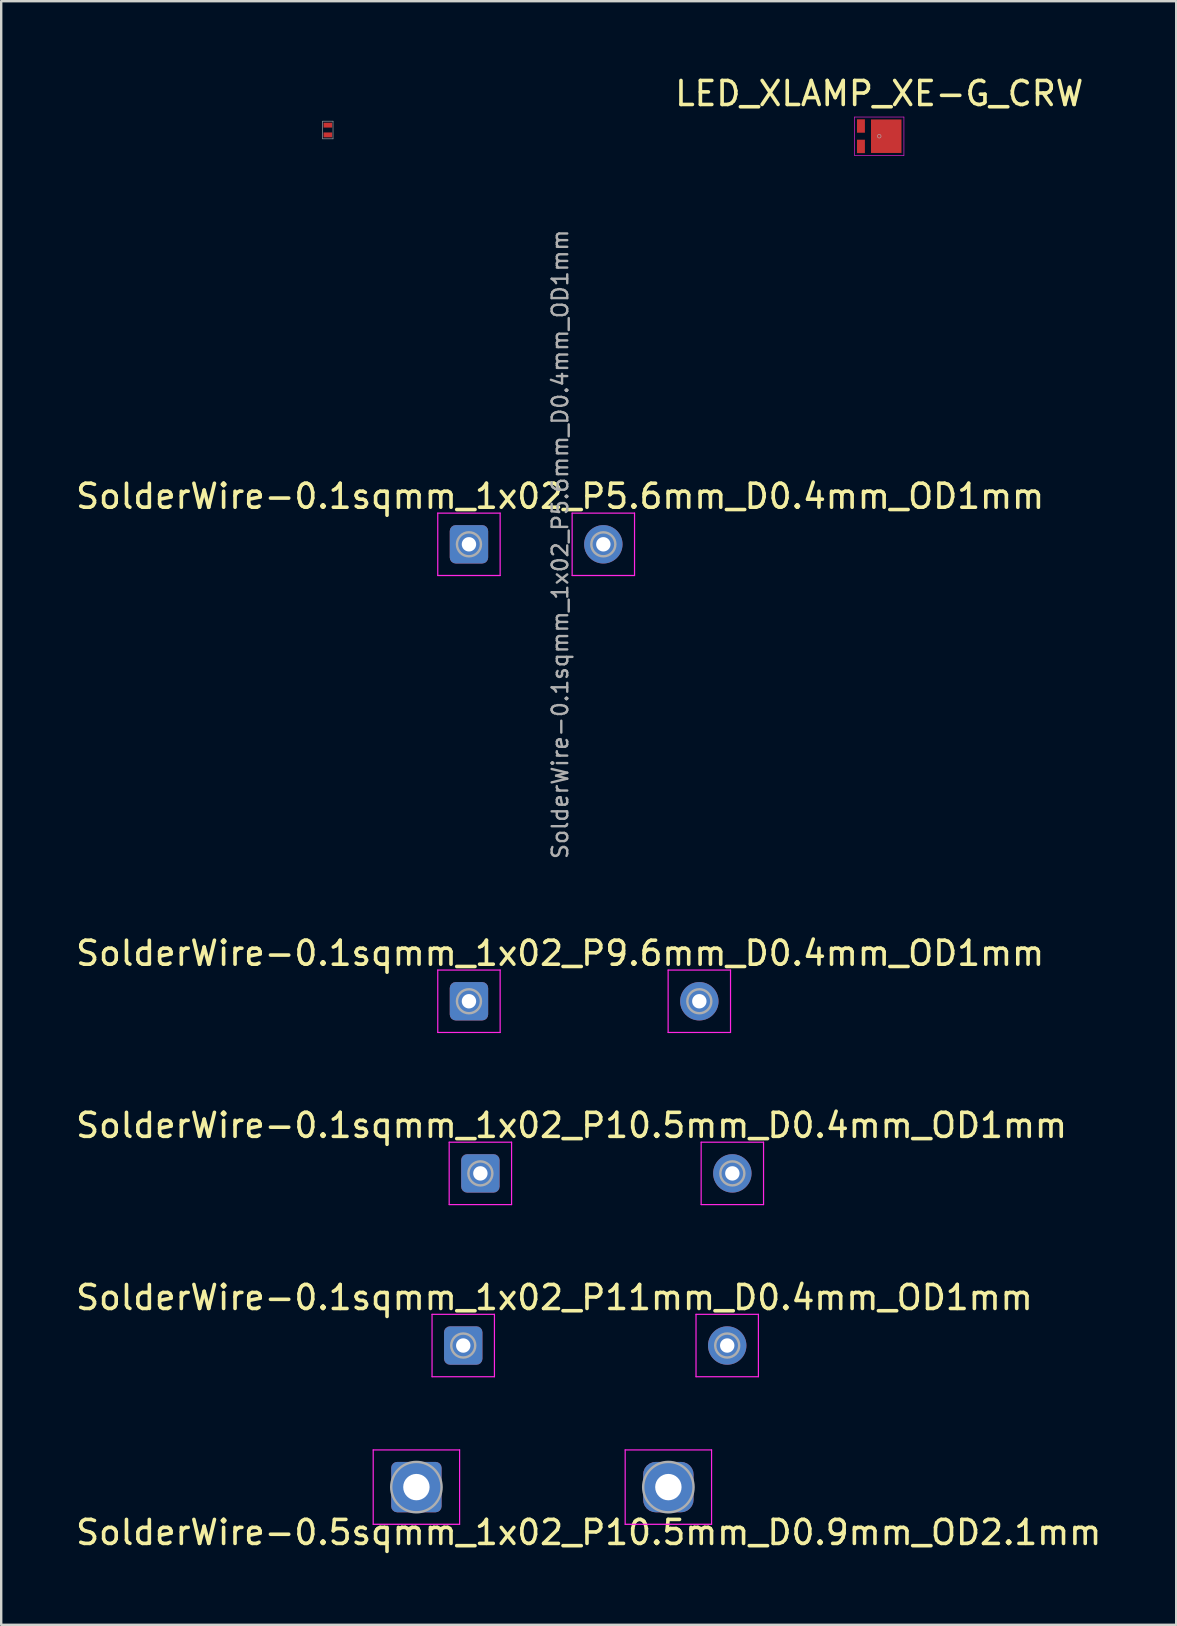
<source format=kicad_pcb>
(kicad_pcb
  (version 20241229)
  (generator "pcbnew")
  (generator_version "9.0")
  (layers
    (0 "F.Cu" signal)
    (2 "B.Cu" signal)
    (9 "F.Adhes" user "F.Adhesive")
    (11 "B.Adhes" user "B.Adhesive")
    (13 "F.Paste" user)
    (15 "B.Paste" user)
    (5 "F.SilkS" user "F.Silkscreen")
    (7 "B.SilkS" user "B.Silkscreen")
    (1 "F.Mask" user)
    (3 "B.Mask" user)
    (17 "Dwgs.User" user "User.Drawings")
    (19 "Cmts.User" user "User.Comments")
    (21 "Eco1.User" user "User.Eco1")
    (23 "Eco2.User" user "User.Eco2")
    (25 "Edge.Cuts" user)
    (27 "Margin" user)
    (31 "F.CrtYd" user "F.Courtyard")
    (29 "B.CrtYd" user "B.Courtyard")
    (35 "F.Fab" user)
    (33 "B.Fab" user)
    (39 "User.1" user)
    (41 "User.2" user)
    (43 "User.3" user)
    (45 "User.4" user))
  (footprint "SolderWire-0.5sqmm_1x02_P10.5mm_D0.9mm_OD2.1mm"
    (layer "F.Cu")
    (at 14.302 58.92)
    (property "Reference" "SolderWire-0.5sqmm_1x02_P10.5mm_D0.9mm_OD2.1mm" (at 7.18 1.89 0) (layer "F.SilkS") (effects (font (size 1 1) (thickness 0.15))))
    (attr exclude_from_pos_files exclude_from_bom)
    (fp_line (start -1.8 -1.55) (end -1.8 1.55) (stroke (width 0.05) (type solid)) (layer "F.CrtYd"))
    (fp_line (start -1.8 1.55) (end 1.8 1.55) (stroke (width 0.05) (type solid)) (layer "F.CrtYd"))
    (fp_line (start 1.8 -1.55) (end -1.8 -1.55) (stroke (width 0.05) (type solid)) (layer "F.CrtYd"))
    (fp_line (start 1.8 1.55) (end 1.8 -1.55) (stroke (width 0.05) (type solid)) (layer "F.CrtYd"))
    (fp_line (start 8.7 -1.55) (end 8.7 1.55) (stroke (width 0.05) (type solid)) (layer "F.CrtYd"))
    (fp_line (start 8.7 1.55) (end 12.3 1.55) (stroke (width 0.05) (type solid)) (layer "F.CrtYd"))
    (fp_line (start 12.3 -1.55) (end 8.7 -1.55) (stroke (width 0.05) (type solid)) (layer "F.CrtYd"))
    (fp_line (start 12.3 1.55) (end 12.3 -1.55) (stroke (width 0.05) (type solid)) (layer "F.CrtYd"))
    (fp_circle (center 0 0) (end 1.05 0) (stroke (width 0.1) (type solid)) (fill no) (layer "F.Fab"))
    (fp_circle (center 10.5 0) (end 11.55 0) (stroke (width 0.1) (type solid)) (fill no) (layer "F.Fab"))
    (pad "1" thru_hole roundrect (at 0 0) (size 2.1 2.1) (drill 1.1) (layers "*.Cu" "*.Mask") (roundrect_rratio 0.119))
    (pad "2" thru_hole roundrect (at 10.5 0) (size 2.1 2.1) (drill 1.1) (layers "*.Cu" "*.Mask") (roundrect_rratio 0.25)))
  (footprint "SolderWire-0.1sqmm_1x02_P5.6mm_D0.4mm_OD1mm"
    (layer "F.Cu")
    (at 16.492 19.632)
    (property "Reference" "SolderWire-0.1sqmm_1x02_P5.6mm_D0.4mm_OD1mm" (at 3.8 -2 0) (layer "F.SilkS") (effects (font (size 1 1) (thickness 0.15))))
    (attr exclude_from_pos_files exclude_from_bom)
    (fp_line (start -1.3 -1.3) (end -1.3 1.3) (stroke (width 0.05) (type solid)) (layer "F.CrtYd"))
    (fp_line (start -1.3 1.3) (end 1.3 1.3) (stroke (width 0.05) (type solid)) (layer "F.CrtYd"))
    (fp_line (start 1.3 -1.3) (end -1.3 -1.3) (stroke (width 0.05) (type solid)) (layer "F.CrtYd"))
    (fp_line (start 1.3 1.3) (end 1.3 -1.3) (stroke (width 0.05) (type solid)) (layer "F.CrtYd"))
    (fp_line (start 4.3 -1.3) (end 4.3 1.3) (stroke (width 0.05) (type solid)) (layer "F.CrtYd"))
    (fp_line (start 4.3 1.3) (end 6.9 1.3) (stroke (width 0.05) (type solid)) (layer "F.CrtYd"))
    (fp_line (start 6.9 -1.3) (end 4.3 -1.3) (stroke (width 0.05) (type solid)) (layer "F.CrtYd"))
    (fp_line (start 6.9 1.3) (end 6.9 -1.3) (stroke (width 0.05) (type solid)) (layer "F.CrtYd"))
    (fp_circle (center 0 0) (end 0.5 0) (stroke (width 0.1) (type solid)) (fill no) (layer "F.Fab"))
    (fp_circle (center 5.6 0) (end 6.1 0) (stroke (width 0.1) (type solid)) (fill no) (layer "F.Fab"))
    (fp_text user "${REFERENCE}" (at 3.8 0 90) (layer "F.Fab") (effects (font (size 0.65 0.65) (thickness 0.1))))
    (pad "1" thru_hole roundrect (at 0 0) (size 1.6 1.6) (drill 0.6) (layers "*.Cu" "*.Mask") (roundrect_rratio 0.156))
    (pad "2" thru_hole circle (at 5.6 0) (size 1.6 1.6) (drill 0.6) (layers "*.Cu" "*.Mask")))
  (footprint "SolderWire-0.1sqmm_1x02_P11mm_D0.4mm_OD1mm"
    (layer "F.Cu")
    (at 16.254 53.02)
    (property "Reference" "SolderWire-0.1sqmm_1x02_P11mm_D0.4mm_OD1mm" (at 3.8 -2 0) (layer "F.SilkS") (effects (font (size 1 1) (thickness 0.15))))
    (attr exclude_from_pos_files exclude_from_bom)
    (fp_line (start -1.3 -1.3) (end -1.3 1.3) (stroke (width 0.05) (type solid)) (layer "F.CrtYd"))
    (fp_line (start -1.3 1.3) (end 1.3 1.3) (stroke (width 0.05) (type solid)) (layer "F.CrtYd"))
    (fp_line (start 1.3 -1.3) (end -1.3 -1.3) (stroke (width 0.05) (type solid)) (layer "F.CrtYd"))
    (fp_line (start 1.3 1.3) (end 1.3 -1.3) (stroke (width 0.05) (type solid)) (layer "F.CrtYd"))
    (fp_line (start 9.7 -1.3) (end 9.7 1.3) (stroke (width 0.05) (type solid)) (layer "F.CrtYd"))
    (fp_line (start 9.7 1.3) (end 12.3 1.3) (stroke (width 0.05) (type solid)) (layer "F.CrtYd"))
    (fp_line (start 12.3 -1.3) (end 9.7 -1.3) (stroke (width 0.05) (type solid)) (layer "F.CrtYd"))
    (fp_line (start 12.3 1.3) (end 12.3 -1.3) (stroke (width 0.05) (type solid)) (layer "F.CrtYd"))
    (fp_circle (center 0 0) (end 0.5 0) (stroke (width 0.1) (type solid)) (fill no) (layer "F.Fab"))
    (fp_circle (center 11 0) (end 11.5 0) (stroke (width 0.1) (type solid)) (fill no) (layer "F.Fab"))
    (pad "1" thru_hole roundrect (at 0 0) (size 1.6 1.6) (drill 0.6) (layers "*.Cu" "*.Mask") (roundrect_rratio 0.156))
    (pad "2" thru_hole circle (at 11 0) (size 1.6 1.6) (drill 0.6) (layers "*.Cu" "*.Mask")))
  (footprint "LED_APG0603SEC-E-TT_KNB"
    (layer "F.Cu")
    (at 10.612 2.368)
    (property "Reference" "LED_APG0603SEC-E-TT_KNB" (at 0.37 -1.52 0) (unlocked yes) (layer "User.3") (effects (font (size 1 1) (thickness 0.15))))
    (attr smd)
    (fp_line (start -0.216 -0.368) (end -0.216 0.368) (stroke (width 0.025) (type solid)) (layer "F.Fab"))
    (fp_line (start -0.216 0.368) (end 0.216 0.368) (stroke (width 0.025) (type solid)) (layer "F.Fab"))
    (fp_line (start 0.216 -0.368) (end -0.216 -0.368) (stroke (width 0.025) (type solid)) (layer "F.Fab"))
    (fp_line (start 0.216 0.368) (end 0.216 -0.368) (stroke (width 0.025) (type solid)) (layer "F.Fab"))
    (pad "1" smd rect (at 0 -0.203 270) (size 0.203 0.356) (layers "F.Cu" "F.Mask" "F.Paste"))
    (pad "2" smd rect (at 0 0.203 270) (size 0.203 0.356) (layers "F.Cu" "F.Mask" "F.Paste")))
  (footprint "LED_XLAMP_XE-G_CRW"
    (layer "F.Cu")
    (at 33.589 2.626)
    (property "Reference" "LED_XLAMP_XE-G_CRW" (at 0 -1.778 0) (unlocked yes) (layer "F.SilkS") (effects (font (size 1 1) (thickness 0.15))))
    (attr smd)
    (fp_line (start -1.029 -0.8) (end -1.029 0.8) (stroke (width 0.025) (type solid)) (layer "F.CrtYd"))
    (fp_line (start -1.029 0.8) (end 1.029 0.8) (stroke (width 0.025) (type solid)) (layer "F.CrtYd"))
    (fp_line (start 1.029 -0.8) (end -1.029 -0.8) (stroke (width 0.025) (type solid)) (layer "F.CrtYd"))
    (fp_line (start 1.029 0.8) (end 1.029 -0.8) (stroke (width 0.025) (type solid)) (layer "F.CrtYd"))
    (fp_circle (center 0 0) (end 0.076 0) (stroke (width 0.025) (type solid)) (fill no) (layer "F.Fab"))
    (pad "1" smd rect (at -0.762 -0.425) (size 0.33 0.559) (layers "F.Cu" "F.Mask" "F.Paste"))
    (pad "1" smd rect (at 0.292 0) (size 1.27 1.397) (layers "F.Cu" "F.Mask" "F.Paste"))
    (pad "2" smd rect (at -0.762 0.425) (size 0.33 0.559) (layers "F.Cu" "F.Mask" "F.Paste")))
  (footprint "SolderWire-0.1sqmm_1x02_P10.5mm_D0.4mm_OD1mm"
    (layer "F.Cu")
    (at 16.968 45.847)
    (property "Reference" "SolderWire-0.1sqmm_1x02_P10.5mm_D0.4mm_OD1mm" (at 3.8 -2 0) (layer "F.SilkS") (effects (font (size 1 1) (thickness 0.15))))
    (attr exclude_from_pos_files exclude_from_bom)
    (fp_line (start -1.3 -1.3) (end -1.3 1.3) (stroke (width 0.05) (type solid)) (layer "F.CrtYd"))
    (fp_line (start -1.3 1.3) (end 1.3 1.3) (stroke (width 0.05) (type solid)) (layer "F.CrtYd"))
    (fp_line (start 1.3 -1.3) (end -1.3 -1.3) (stroke (width 0.05) (type solid)) (layer "F.CrtYd"))
    (fp_line (start 1.3 1.3) (end 1.3 -1.3) (stroke (width 0.05) (type solid)) (layer "F.CrtYd"))
    (fp_line (start 9.2 -1.3) (end 9.2 1.3) (stroke (width 0.05) (type solid)) (layer "F.CrtYd"))
    (fp_line (start 9.2 1.3) (end 11.8 1.3) (stroke (width 0.05) (type solid)) (layer "F.CrtYd"))
    (fp_line (start 11.8 -1.3) (end 9.2 -1.3) (stroke (width 0.05) (type solid)) (layer "F.CrtYd"))
    (fp_line (start 11.8 1.3) (end 11.8 -1.3) (stroke (width 0.05) (type solid)) (layer "F.CrtYd"))
    (fp_circle (center 0 0) (end 0.5 0) (stroke (width 0.1) (type solid)) (fill no) (layer "F.Fab"))
    (fp_circle (center 10.5 0) (end 11 0) (stroke (width 0.1) (type solid)) (fill no) (layer "F.Fab"))
    (pad "1" thru_hole roundrect (at 0 0) (size 1.6 1.6) (drill 0.6) (layers "*.Cu" "*.Mask") (roundrect_rratio 0.156))
    (pad "2" thru_hole circle (at 10.5 0) (size 1.6 1.6) (drill 0.6) (layers "*.Cu" "*.Mask")))
  (footprint "SolderWire-0.1sqmm_1x02_P9.6mm_D0.4mm_OD1mm"
    (layer "F.Cu")
    (at 16.492 38.674)
    (property "Reference" "SolderWire-0.1sqmm_1x02_P9.6mm_D0.4mm_OD1mm" (at 3.8 -2 0) (layer "F.SilkS") (effects (font (size 1 1) (thickness 0.15))))
    (attr exclude_from_pos_files exclude_from_bom)
    (fp_line (start -1.3 -1.3) (end -1.3 1.3) (stroke (width 0.05) (type solid)) (layer "F.CrtYd"))
    (fp_line (start -1.3 1.3) (end 1.3 1.3) (stroke (width 0.05) (type solid)) (layer "F.CrtYd"))
    (fp_line (start 1.3 -1.3) (end -1.3 -1.3) (stroke (width 0.05) (type solid)) (layer "F.CrtYd"))
    (fp_line (start 1.3 1.3) (end 1.3 -1.3) (stroke (width 0.05) (type solid)) (layer "F.CrtYd"))
    (fp_line (start 8.3 -1.3) (end 8.3 1.3) (stroke (width 0.05) (type solid)) (layer "F.CrtYd"))
    (fp_line (start 8.3 1.3) (end 10.9 1.3) (stroke (width 0.05) (type solid)) (layer "F.CrtYd"))
    (fp_line (start 10.9 -1.3) (end 8.3 -1.3) (stroke (width 0.05) (type solid)) (layer "F.CrtYd"))
    (fp_line (start 10.9 1.3) (end 10.9 -1.3) (stroke (width 0.05) (type solid)) (layer "F.CrtYd"))
    (fp_circle (center 0 0) (end 0.5 0) (stroke (width 0.1) (type solid)) (fill no) (layer "F.Fab"))
    (fp_circle (center 9.6 0) (end 10.1 0) (stroke (width 0.1) (type solid)) (fill no) (layer "F.Fab"))
    (pad "1" thru_hole roundrect (at 0 0) (size 1.6 1.6) (drill 0.6) (layers "*.Cu" "*.Mask") (roundrect_rratio 0.156))
    (pad "2" thru_hole circle (at 9.6 0) (size 1.6 1.6) (drill 0.6) (layers "*.Cu" "*.Mask")))
  (gr_rect
    (start -3 -3)
    (end 45.964 64.659)
    (stroke (width 0.1) (type default))
    (fill no)
    (layer "Edge.Cuts")))
</source>
